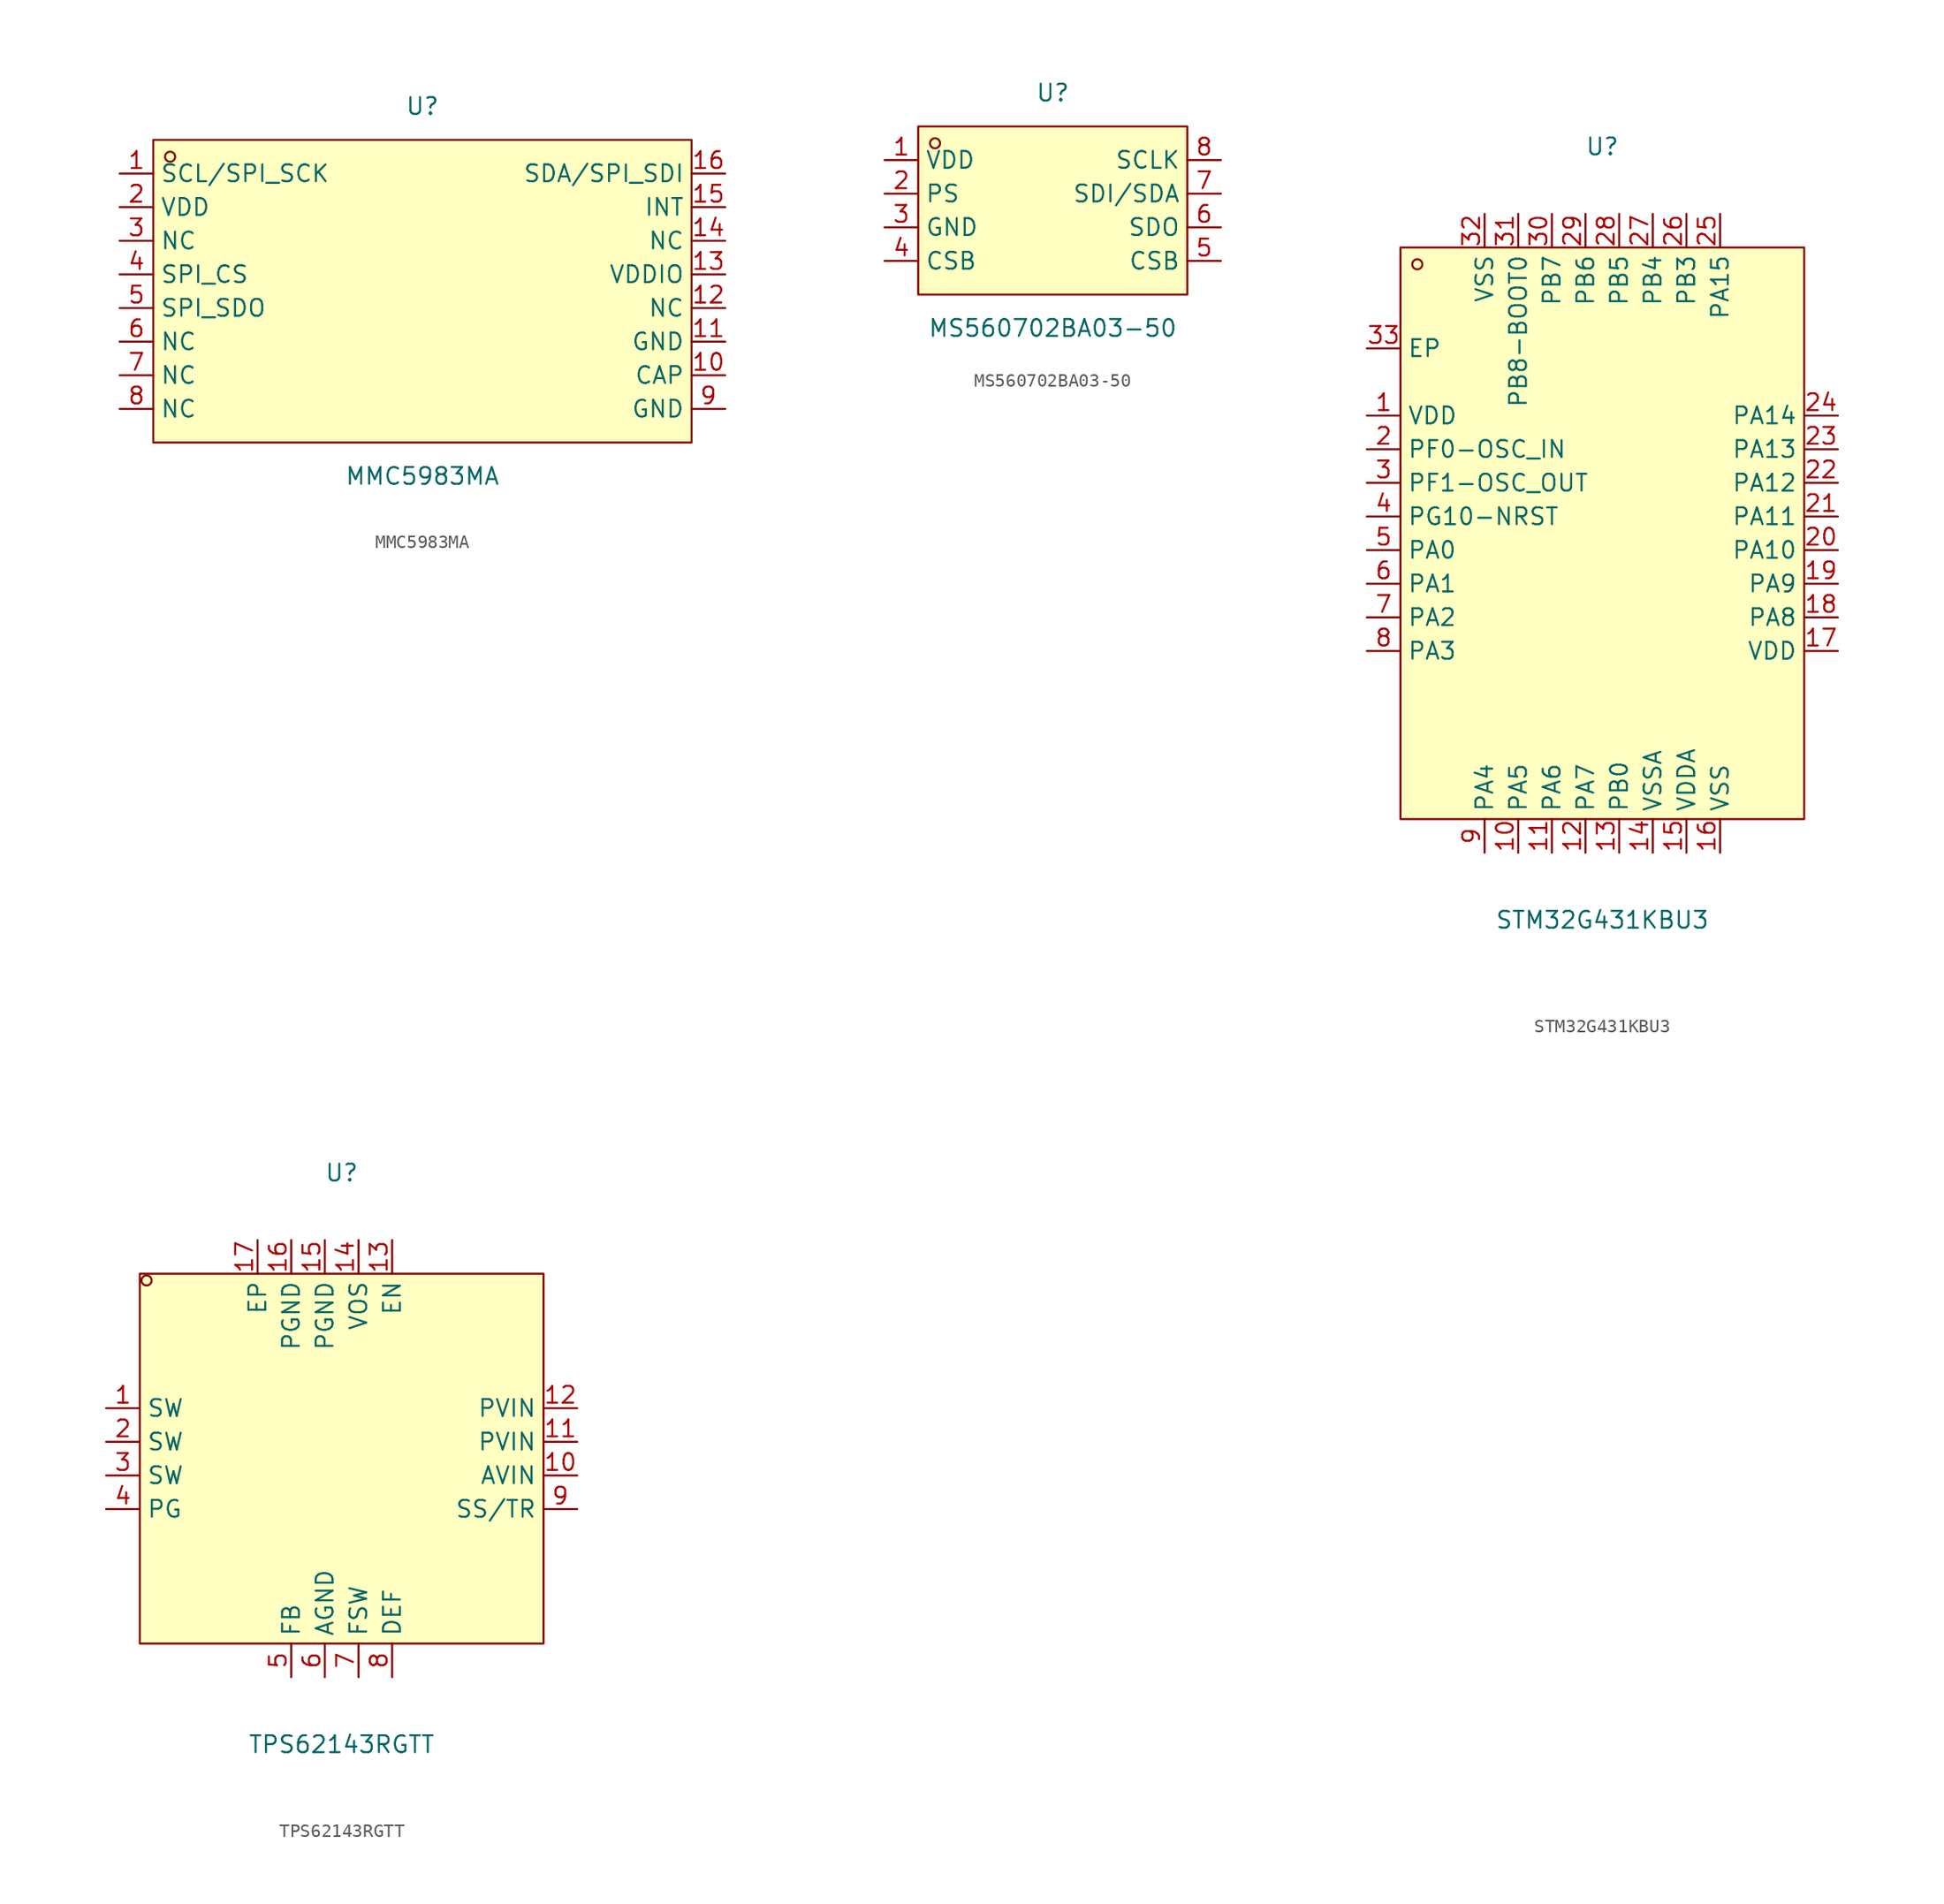
<source format=kicad_sym>
(kicad_symbol_lib
  (version 20211014)
  (generator https://github.com/uPesy/easyeda2kicad.py)
  (symbol "MMC5983MA"
    (property "Reference" "U"
      (at 0 13.97 0)
      (effects (font (size 1.27 1.27))))
    (property "Value" "MMC5983MA"
      (at 0 -13.97 0)
      (effects (font (size 1.27 1.27))))
    (symbol "MMC5983MA_0_1"
      (rectangle (start -20.32 11.43) (end 20.32 -11.43) (stroke (width 0) (type default) (color 0 0 0 0)) (fill (type background)))
      (circle (center -19.05 10.16) (radius 0.38) (stroke (width 0) (type default) (color 0 0 0 0)) (fill (type none)))
      (pin unspecified line (at -22.86 8.89 0) (length 2.54) (name "SCL/SPI_SCK" (effects (font (size 1.27 1.27)))) (number "1" (effects (font (size 1.27 1.27)))))
      (pin unspecified line (at -22.86 6.35 0) (length 2.54) (name "VDD" (effects (font (size 1.27 1.27)))) (number "2" (effects (font (size 1.27 1.27)))))
      (pin unspecified line (at -22.86 3.81 0) (length 2.54) (name "NC" (effects (font (size 1.27 1.27)))) (number "3" (effects (font (size 1.27 1.27)))))
      (pin unspecified line (at -22.86 1.27 0) (length 2.54) (name "SPI_CS" (effects (font (size 1.27 1.27)))) (number "4" (effects (font (size 1.27 1.27)))))
      (pin unspecified line (at -22.86 -1.27 0) (length 2.54) (name "SPI_SDO" (effects (font (size 1.27 1.27)))) (number "5" (effects (font (size 1.27 1.27)))))
      (pin unspecified line (at -22.86 -3.81 0) (length 2.54) (name "NC" (effects (font (size 1.27 1.27)))) (number "6" (effects (font (size 1.27 1.27)))))
      (pin unspecified line (at -22.86 -6.35 0) (length 2.54) (name "NC" (effects (font (size 1.27 1.27)))) (number "7" (effects (font (size 1.27 1.27)))))
      (pin unspecified line (at -22.86 -8.89 0) (length 2.54) (name "NC" (effects (font (size 1.27 1.27)))) (number "8" (effects (font (size 1.27 1.27)))))
      (pin unspecified line (at 22.86 -8.89 180) (length 2.54) (name "GND" (effects (font (size 1.27 1.27)))) (number "9" (effects (font (size 1.27 1.27)))))
      (pin unspecified line (at 22.86 -6.35 180) (length 2.54) (name "CAP" (effects (font (size 1.27 1.27)))) (number "10" (effects (font (size 1.27 1.27)))))
      (pin unspecified line (at 22.86 -3.81 180) (length 2.54) (name "GND" (effects (font (size 1.27 1.27)))) (number "11" (effects (font (size 1.27 1.27)))))
      (pin unspecified line (at 22.86 -1.27 180) (length 2.54) (name "NC" (effects (font (size 1.27 1.27)))) (number "12" (effects (font (size 1.27 1.27)))))
      (pin unspecified line (at 22.86 1.27 180) (length 2.54) (name "VDDIO" (effects (font (size 1.27 1.27)))) (number "13" (effects (font (size 1.27 1.27)))))
      (pin unspecified line (at 22.86 3.81 180) (length 2.54) (name "NC" (effects (font (size 1.27 1.27)))) (number "14" (effects (font (size 1.27 1.27)))))
      (pin unspecified line (at 22.86 6.35 180) (length 2.54) (name "INT" (effects (font (size 1.27 1.27)))) (number "15" (effects (font (size 1.27 1.27)))))
      (pin unspecified line (at 22.86 8.89 180) (length 2.54) (name "SDA/SPI_SDI" (effects (font (size 1.27 1.27)))) (number "16" (effects (font (size 1.27 1.27)))))))
  (symbol "MS560702BA03-50"
    (property "Reference" "U"
      (at 0 8.89 0)
      (effects (font (size 1.27 1.27))))
    (property "Value" "MS560702BA03-50"
      (at 0 -8.89 0)
      (effects (font (size 1.27 1.27))))
    (symbol "MS560702BA03-50_0_1"
      (rectangle (start -10.16 6.35) (end 10.16 -6.35) (stroke (width 0) (type default) (color 0 0 0 0)) (fill (type background)))
      (circle (center -8.89 5.08) (radius 0.38) (stroke (width 0) (type default) (color 0 0 0 0)) (fill (type none)))
      (pin unspecified line (at -12.70 3.81 0) (length 2.54) (name "VDD" (effects (font (size 1.27 1.27)))) (number "1" (effects (font (size 1.27 1.27)))))
      (pin unspecified line (at -12.70 1.27 0) (length 2.54) (name "PS" (effects (font (size 1.27 1.27)))) (number "2" (effects (font (size 1.27 1.27)))))
      (pin unspecified line (at -12.70 -1.27 0) (length 2.54) (name "GND" (effects (font (size 1.27 1.27)))) (number "3" (effects (font (size 1.27 1.27)))))
      (pin unspecified line (at -12.70 -3.81 0) (length 2.54) (name "CSB" (effects (font (size 1.27 1.27)))) (number "4" (effects (font (size 1.27 1.27)))))
      (pin unspecified line (at 12.70 -3.81 180) (length 2.54) (name "CSB" (effects (font (size 1.27 1.27)))) (number "5" (effects (font (size 1.27 1.27)))))
      (pin unspecified line (at 12.70 -1.27 180) (length 2.54) (name "SDO" (effects (font (size 1.27 1.27)))) (number "6" (effects (font (size 1.27 1.27)))))
      (pin unspecified line (at 12.70 1.27 180) (length 2.54) (name "SDI/SDA" (effects (font (size 1.27 1.27)))) (number "7" (effects (font (size 1.27 1.27)))))
      (pin unspecified line (at 12.70 3.81 180) (length 2.54) (name "SCLK" (effects (font (size 1.27 1.27)))) (number "8" (effects (font (size 1.27 1.27)))))))
  (symbol "STM32G431KBU3"
    (property "Reference" "U"
      (at 0 29.21 0)
      (effects (font (size 1.27 1.27))))
    (property "Value" "STM32G431KBU3"
      (at 0 -29.21 0)
      (effects (font (size 1.27 1.27))))
    (symbol "STM32G431KBU3_0_1"
      (rectangle (start -15.24 21.59) (end 15.24 -21.59) (stroke (width 0) (type default) (color 0 0 0 0)) (fill (type background)))
      (circle (center -13.97 20.32) (radius 0.38) (stroke (width 0) (type default) (color 0 0 0 0)) (fill (type none)))
      (pin unspecified line (at -17.78 8.89 0) (length 2.54) (name "VDD" (effects (font (size 1.27 1.27)))) (number "1" (effects (font (size 1.27 1.27)))))
      (pin unspecified line (at -17.78 6.35 0) (length 2.54) (name "PF0-OSC_IN" (effects (font (size 1.27 1.27)))) (number "2" (effects (font (size 1.27 1.27)))))
      (pin unspecified line (at -17.78 3.81 0) (length 2.54) (name "PF1-OSC_OUT" (effects (font (size 1.27 1.27)))) (number "3" (effects (font (size 1.27 1.27)))))
      (pin unspecified line (at -17.78 1.27 0) (length 2.54) (name "PG10-NRST" (effects (font (size 1.27 1.27)))) (number "4" (effects (font (size 1.27 1.27)))))
      (pin unspecified line (at -17.78 -1.27 0) (length 2.54) (name "PA0" (effects (font (size 1.27 1.27)))) (number "5" (effects (font (size 1.27 1.27)))))
      (pin unspecified line (at -17.78 -3.81 0) (length 2.54) (name "PA1" (effects (font (size 1.27 1.27)))) (number "6" (effects (font (size 1.27 1.27)))))
      (pin unspecified line (at -17.78 -6.35 0) (length 2.54) (name "PA2" (effects (font (size 1.27 1.27)))) (number "7" (effects (font (size 1.27 1.27)))))
      (pin unspecified line (at -17.78 -8.89 0) (length 2.54) (name "PA3" (effects (font (size 1.27 1.27)))) (number "8" (effects (font (size 1.27 1.27)))))
      (pin unspecified line (at -8.89 -24.13 90) (length 2.54) (name "PA4" (effects (font (size 1.27 1.27)))) (number "9" (effects (font (size 1.27 1.27)))))
      (pin unspecified line (at -6.35 -24.13 90) (length 2.54) (name "PA5" (effects (font (size 1.27 1.27)))) (number "10" (effects (font (size 1.27 1.27)))))
      (pin unspecified line (at -3.81 -24.13 90) (length 2.54) (name "PA6" (effects (font (size 1.27 1.27)))) (number "11" (effects (font (size 1.27 1.27)))))
      (pin unspecified line (at -1.27 -24.13 90) (length 2.54) (name "PA7" (effects (font (size 1.27 1.27)))) (number "12" (effects (font (size 1.27 1.27)))))
      (pin unspecified line (at 1.27 -24.13 90) (length 2.54) (name "PB0" (effects (font (size 1.27 1.27)))) (number "13" (effects (font (size 1.27 1.27)))))
      (pin unspecified line (at 3.81 -24.13 90) (length 2.54) (name "VSSA" (effects (font (size 1.27 1.27)))) (number "14" (effects (font (size 1.27 1.27)))))
      (pin unspecified line (at 6.35 -24.13 90) (length 2.54) (name "VDDA" (effects (font (size 1.27 1.27)))) (number "15" (effects (font (size 1.27 1.27)))))
      (pin unspecified line (at 8.89 -24.13 90) (length 2.54) (name "VSS" (effects (font (size 1.27 1.27)))) (number "16" (effects (font (size 1.27 1.27)))))
      (pin unspecified line (at 17.78 -8.89 180) (length 2.54) (name "VDD" (effects (font (size 1.27 1.27)))) (number "17" (effects (font (size 1.27 1.27)))))
      (pin unspecified line (at 17.78 -6.35 180) (length 2.54) (name "PA8" (effects (font (size 1.27 1.27)))) (number "18" (effects (font (size 1.27 1.27)))))
      (pin unspecified line (at 17.78 -3.81 180) (length 2.54) (name "PA9" (effects (font (size 1.27 1.27)))) (number "19" (effects (font (size 1.27 1.27)))))
      (pin unspecified line (at 17.78 -1.27 180) (length 2.54) (name "PA10" (effects (font (size 1.27 1.27)))) (number "20" (effects (font (size 1.27 1.27)))))
      (pin unspecified line (at 17.78 1.27 180) (length 2.54) (name "PA11" (effects (font (size 1.27 1.27)))) (number "21" (effects (font (size 1.27 1.27)))))
      (pin unspecified line (at 17.78 3.81 180) (length 2.54) (name "PA12" (effects (font (size 1.27 1.27)))) (number "22" (effects (font (size 1.27 1.27)))))
      (pin unspecified line (at 17.78 6.35 180) (length 2.54) (name "PA13" (effects (font (size 1.27 1.27)))) (number "23" (effects (font (size 1.27 1.27)))))
      (pin unspecified line (at 17.78 8.89 180) (length 2.54) (name "PA14" (effects (font (size 1.27 1.27)))) (number "24" (effects (font (size 1.27 1.27)))))
      (pin unspecified line (at 8.89 24.13 270) (length 2.54) (name "PA15" (effects (font (size 1.27 1.27)))) (number "25" (effects (font (size 1.27 1.27)))))
      (pin unspecified line (at 6.35 24.13 270) (length 2.54) (name "PB3" (effects (font (size 1.27 1.27)))) (number "26" (effects (font (size 1.27 1.27)))))
      (pin unspecified line (at 3.81 24.13 270) (length 2.54) (name "PB4" (effects (font (size 1.27 1.27)))) (number "27" (effects (font (size 1.27 1.27)))))
      (pin unspecified line (at 1.27 24.13 270) (length 2.54) (name "PB5" (effects (font (size 1.27 1.27)))) (number "28" (effects (font (size 1.27 1.27)))))
      (pin unspecified line (at -1.27 24.13 270) (length 2.54) (name "PB6" (effects (font (size 1.27 1.27)))) (number "29" (effects (font (size 1.27 1.27)))))
      (pin unspecified line (at -3.81 24.13 270) (length 2.54) (name "PB7" (effects (font (size 1.27 1.27)))) (number "30" (effects (font (size 1.27 1.27)))))
      (pin unspecified line (at -6.35 24.13 270) (length 2.54) (name "PB8-BOOT0" (effects (font (size 1.27 1.27)))) (number "31" (effects (font (size 1.27 1.27)))))
      (pin unspecified line (at -8.89 24.13 270) (length 2.54) (name "VSS" (effects (font (size 1.27 1.27)))) (number "32" (effects (font (size 1.27 1.27)))))
      (pin unspecified line (at -17.78 13.97 0) (length 2.54) (name "EP" (effects (font (size 1.27 1.27)))) (number "33" (effects (font (size 1.27 1.27)))))))
  (symbol "TPS62143RGTT"
    (property "Reference" "U"
      (at 0 21.59 0)
      (effects (font (size 1.27 1.27))))
    (property "Value" "TPS62143RGTT"
      (at 0 -21.59 0)
      (effects (font (size 1.27 1.27))))
    (symbol "TPS62143RGTT_0_1"
      (rectangle (start -15.24 13.97) (end 15.24 -13.97) (stroke (width 0) (type default) (color 0 0 0 0)) (fill (type background)))
      (circle (center -14.73 13.46) (radius 0.38) (stroke (width 0) (type default) (color 0 0 0 0)) (fill (type none)))
      (pin unspecified line (at -17.78 3.81 0) (length 2.54) (name "SW" (effects (font (size 1.27 1.27)))) (number "1" (effects (font (size 1.27 1.27)))))
      (pin unspecified line (at -17.78 1.27 0) (length 2.54) (name "SW" (effects (font (size 1.27 1.27)))) (number "2" (effects (font (size 1.27 1.27)))))
      (pin unspecified line (at -17.78 -1.27 0) (length 2.54) (name "SW" (effects (font (size 1.27 1.27)))) (number "3" (effects (font (size 1.27 1.27)))))
      (pin unspecified line (at -17.78 -3.81 0) (length 2.54) (name "PG" (effects (font (size 1.27 1.27)))) (number "4" (effects (font (size 1.27 1.27)))))
      (pin unspecified line (at -3.81 -16.51 90) (length 2.54) (name "FB" (effects (font (size 1.27 1.27)))) (number "5" (effects (font (size 1.27 1.27)))))
      (pin unspecified line (at -1.27 -16.51 90) (length 2.54) (name "AGND" (effects (font (size 1.27 1.27)))) (number "6" (effects (font (size 1.27 1.27)))))
      (pin unspecified line (at 1.27 -16.51 90) (length 2.54) (name "FSW" (effects (font (size 1.27 1.27)))) (number "7" (effects (font (size 1.27 1.27)))))
      (pin unspecified line (at 3.81 -16.51 90) (length 2.54) (name "DEF" (effects (font (size 1.27 1.27)))) (number "8" (effects (font (size 1.27 1.27)))))
      (pin unspecified line (at 17.78 -3.81 180) (length 2.54) (name "SS/TR" (effects (font (size 1.27 1.27)))) (number "9" (effects (font (size 1.27 1.27)))))
      (pin unspecified line (at 17.78 -1.27 180) (length 2.54) (name "AVIN" (effects (font (size 1.27 1.27)))) (number "10" (effects (font (size 1.27 1.27)))))
      (pin unspecified line (at 17.78 1.27 180) (length 2.54) (name "PVIN" (effects (font (size 1.27 1.27)))) (number "11" (effects (font (size 1.27 1.27)))))
      (pin unspecified line (at 17.78 3.81 180) (length 2.54) (name "PVIN" (effects (font (size 1.27 1.27)))) (number "12" (effects (font (size 1.27 1.27)))))
      (pin unspecified line (at 3.81 16.51 270) (length 2.54) (name "EN" (effects (font (size 1.27 1.27)))) (number "13" (effects (font (size 1.27 1.27)))))
      (pin unspecified line (at 1.27 16.51 270) (length 2.54) (name "VOS" (effects (font (size 1.27 1.27)))) (number "14" (effects (font (size 1.27 1.27)))))
      (pin unspecified line (at -1.27 16.51 270) (length 2.54) (name "PGND" (effects (font (size 1.27 1.27)))) (number "15" (effects (font (size 1.27 1.27)))))
      (pin unspecified line (at -3.81 16.51 270) (length 2.54) (name "PGND" (effects (font (size 1.27 1.27)))) (number "16" (effects (font (size 1.27 1.27)))))
      (pin unspecified line (at -6.35 16.51 270) (length 2.54) (name "EP" (effects (font (size 1.27 1.27)))) (number "17" (effects (font (size 1.27 1.27))))))))
</source>
